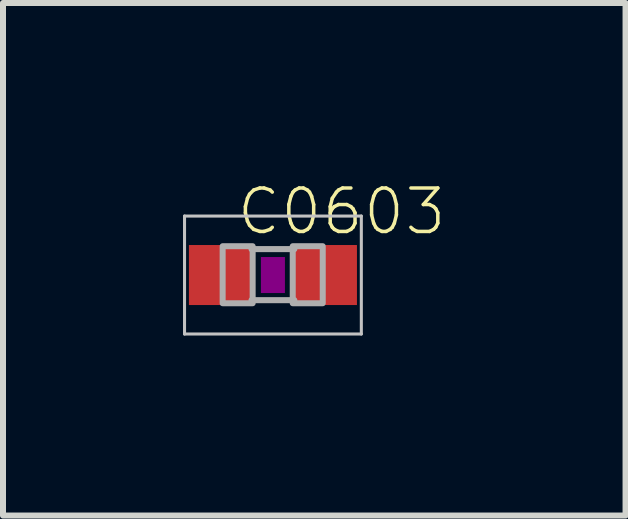
<source format=kicad_pcb>
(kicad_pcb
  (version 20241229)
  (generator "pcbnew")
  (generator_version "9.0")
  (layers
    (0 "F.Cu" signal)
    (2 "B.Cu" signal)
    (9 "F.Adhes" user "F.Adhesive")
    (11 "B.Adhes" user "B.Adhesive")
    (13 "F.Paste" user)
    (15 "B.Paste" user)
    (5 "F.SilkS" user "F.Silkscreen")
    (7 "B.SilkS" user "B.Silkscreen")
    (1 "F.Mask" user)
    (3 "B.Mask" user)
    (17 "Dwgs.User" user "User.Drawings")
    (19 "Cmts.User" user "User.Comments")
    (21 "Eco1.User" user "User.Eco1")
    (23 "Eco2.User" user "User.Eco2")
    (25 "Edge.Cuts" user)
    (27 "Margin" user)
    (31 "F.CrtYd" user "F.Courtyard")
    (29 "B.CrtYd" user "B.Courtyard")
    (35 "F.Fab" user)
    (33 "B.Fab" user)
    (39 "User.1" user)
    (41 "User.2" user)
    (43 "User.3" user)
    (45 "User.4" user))
  (footprint "C0603"
    (layer "F.Cu")
    (at 1.498 1.533)
    (property "Reference" "C0603" (at -0.635 -0.635 180) (layer "F.SilkS") (effects (font (size 0.724 0.724) (thickness 0.058)) (justify left bottom)))
    (attr through_hole)
    (fp_poly (pts (xy -0.2 0.3) (xy 0.2 0.3) (xy 0.2 -0.3) (xy -0.2 -0.3)) (stroke (width 0) (type solid)) (fill yes) (layer "F.Adhes"))
    (fp_line (start -1.473 -0.983) (end 1.473 -0.983) (stroke (width 0.051) (type solid)) (layer "Dwgs.User"))
    (fp_line (start -1.473 0.983) (end -1.473 -0.983) (stroke (width 0.051) (type solid)) (layer "Dwgs.User"))
    (fp_line (start 1.473 -0.983) (end 1.473 0.983) (stroke (width 0.051) (type solid)) (layer "Dwgs.User"))
    (fp_line (start 1.473 0.983) (end -1.473 0.983) (stroke (width 0.051) (type solid)) (layer "Dwgs.User"))
    (fp_line (start -0.356 -0.432) (end 0.356 -0.432) (stroke (width 0.102) (type solid)) (layer "F.Fab"))
    (fp_line (start -0.356 0.419) (end 0.356 0.419) (stroke (width 0.102) (type solid)) (layer "F.Fab"))
    (fp_poly (pts (xy -0.838 0.47) (xy -0.338 0.47) (xy -0.338 -0.48) (xy -0.838 -0.48)) (stroke (width 0.1) (type solid)) (fill no) (layer "F.Fab"))
    (fp_poly (pts (xy 0.33 0.47) (xy 0.83 0.47) (xy 0.83 -0.48) (xy 0.33 -0.48)) (stroke (width 0.1) (type solid)) (fill no) (layer "F.Fab"))
    (pad "1" smd rect (at -0.85 0) (size 1.1 1) (layers "F.Cu" "F.Mask" "F.Paste"))
    (pad "2" smd rect (at 0.85 0) (size 1.1 1) (layers "F.Cu" "F.Mask" "F.Paste")))
  (gr_rect
    (start -3 -3)
    (end 7.374 5.541)
    (stroke (width 0.1) (type default))
    (fill no)
    (layer "Edge.Cuts")))
</source>
